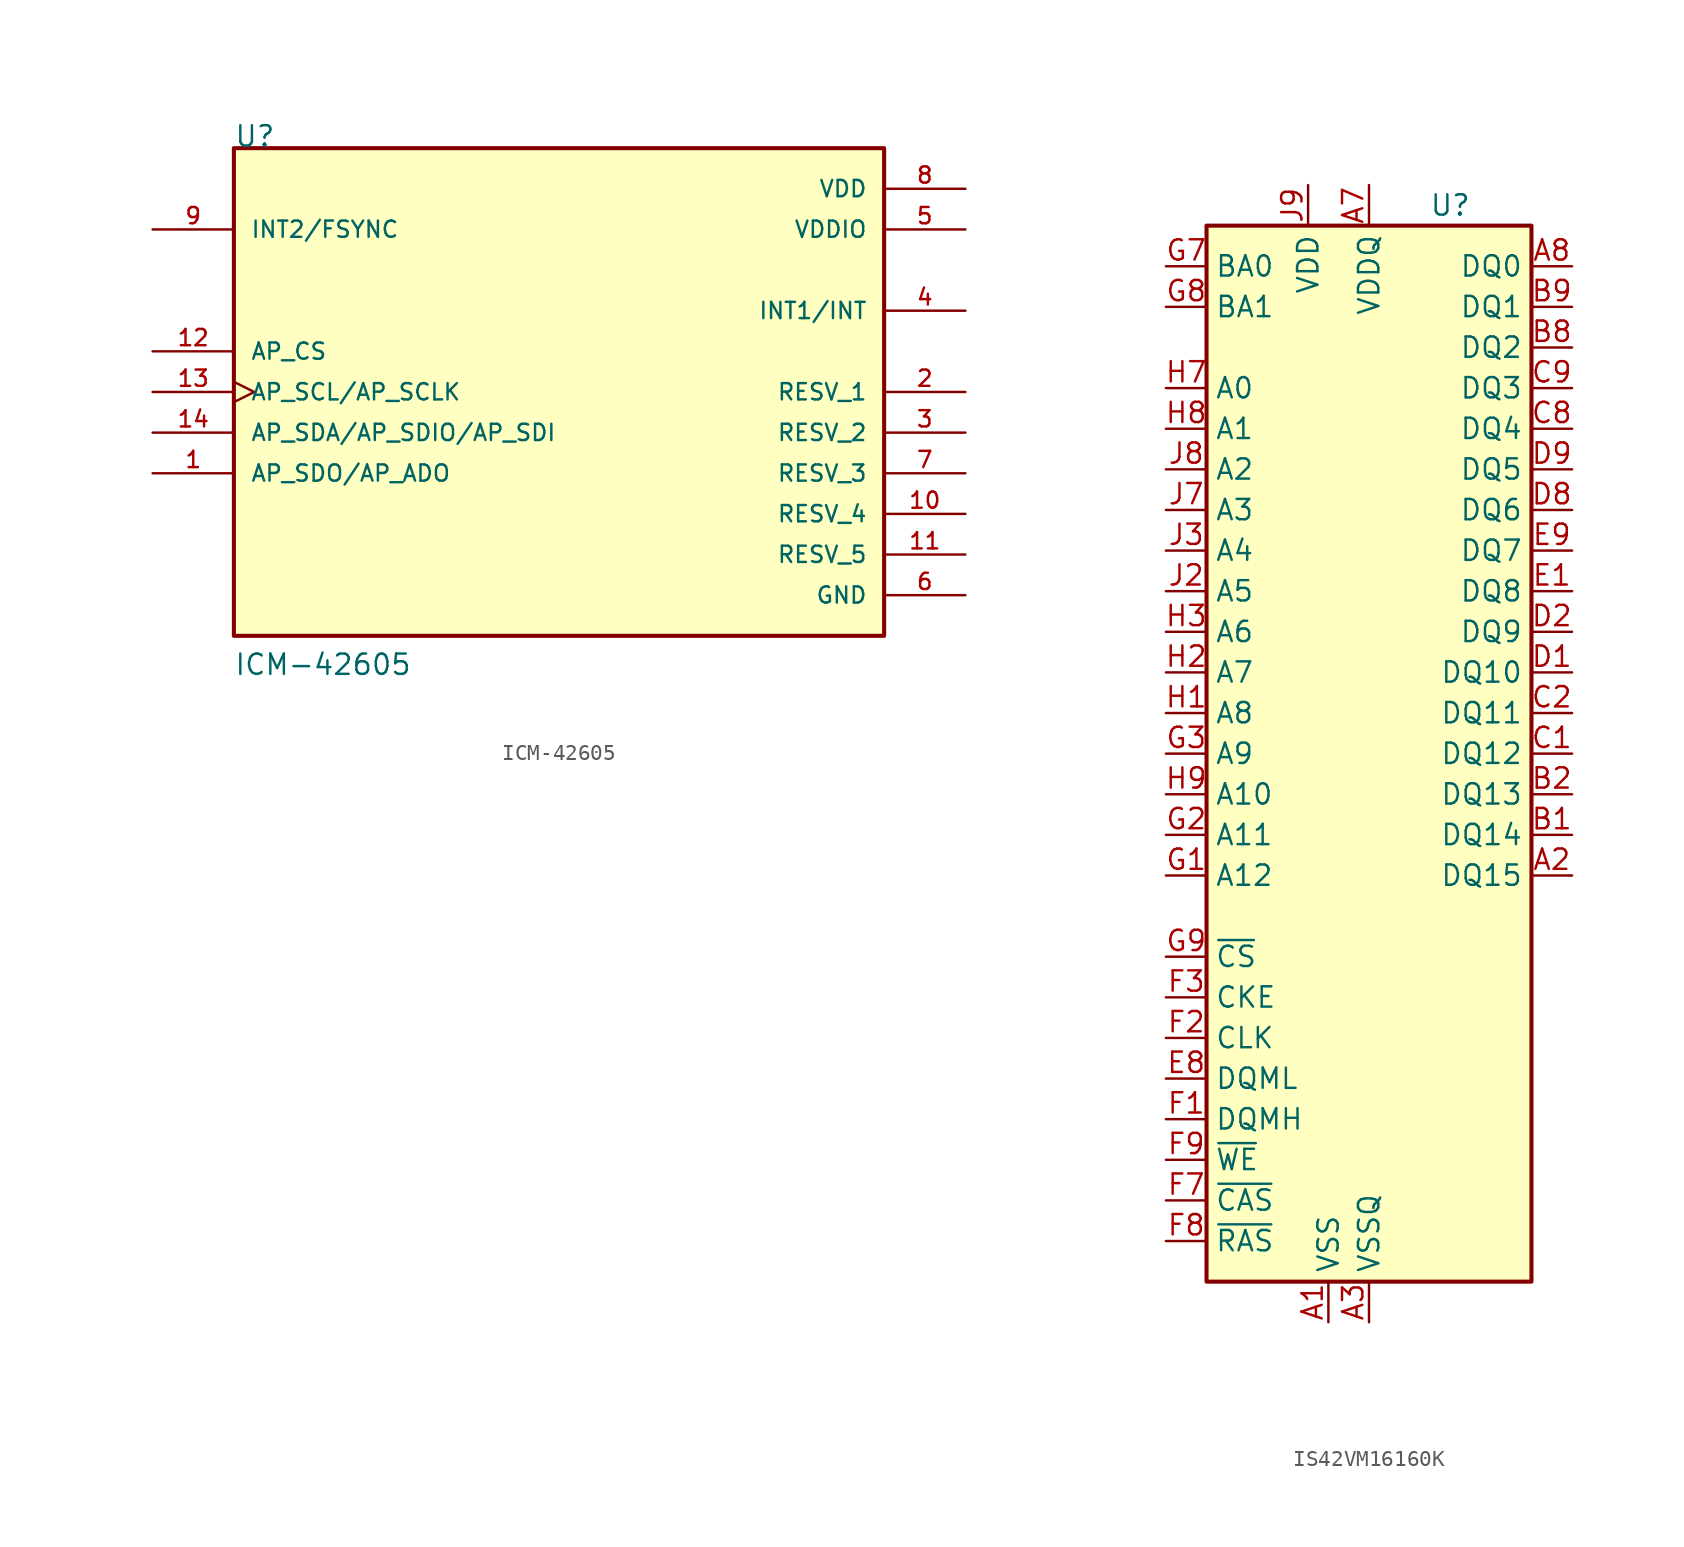
<source format=kicad_sym>
(kicad_symbol_lib
  (version 20220914)
  (generator kicad_symbol_editor)
  (symbol "ICM-42605"
    (pin_names
      (offset 1.016))
    (property "Reference" "U"
      (at -20.32 15.24 0)
      (effects (font (size 1.27 1.27)) (justify left bottom)))
    (property "Value" "ICM-42605"
      (at -20.32 -17.78 0)
      (effects (font (size 1.27 1.27)) (justify left bottom)))
    (symbol "ICM-42605_0_0"
      (rectangle (start -20.32 -15.24) (end 20.32 15.24) (stroke (width 0.254) (type default)) (fill (type background)))
      (pin output line (at -25.4 -5.08 0) (length 5.08) (name "AP_SDO/AP_ADO" (effects (font (size 1.016 1.016)))) (number "1" (effects (font (size 1.016 1.016)))))
      (pin bidirectional line (at 25.4 -7.62 180) (length 5.08) (name "RESV_4" (effects (font (size 1.016 1.016)))) (number "10" (effects (font (size 1.016 1.016)))))
      (pin bidirectional line (at 25.4 -10.16 180) (length 5.08) (name "RESV_5" (effects (font (size 1.016 1.016)))) (number "11" (effects (font (size 1.016 1.016)))))
      (pin input line (at -25.4 2.54 0) (length 5.08) (name "AP_CS" (effects (font (size 1.016 1.016)))) (number "12" (effects (font (size 1.016 1.016)))))
      (pin input clock (at -25.4 0 0) (length 5.08) (name "AP_SCL/AP_SCLK" (effects (font (size 1.016 1.016)))) (number "13" (effects (font (size 1.016 1.016)))))
      (pin bidirectional line (at -25.4 -2.54 0) (length 5.08) (name "AP_SDA/AP_SDIO/AP_SDI" (effects (font (size 1.016 1.016)))) (number "14" (effects (font (size 1.016 1.016)))))
      (pin bidirectional line (at 25.4 0 180) (length 5.08) (name "RESV_1" (effects (font (size 1.016 1.016)))) (number "2" (effects (font (size 1.016 1.016)))))
      (pin bidirectional line (at 25.4 -2.54 180) (length 5.08) (name "RESV_2" (effects (font (size 1.016 1.016)))) (number "3" (effects (font (size 1.016 1.016)))))
      (pin output line (at 25.4 5.08 180) (length 5.08) (name "INT1/INT" (effects (font (size 1.016 1.016)))) (number "4" (effects (font (size 1.016 1.016)))))
      (pin power_in line (at 25.4 10.16 180) (length 5.08) (name "VDDIO" (effects (font (size 1.016 1.016)))) (number "5" (effects (font (size 1.016 1.016)))))
      (pin power_in line (at 25.4 -12.7 180) (length 5.08) (name "GND" (effects (font (size 1.016 1.016)))) (number "6" (effects (font (size 1.016 1.016)))))
      (pin bidirectional line (at 25.4 -5.08 180) (length 5.08) (name "RESV_3" (effects (font (size 1.016 1.016)))) (number "7" (effects (font (size 1.016 1.016)))))
      (pin power_in line (at 25.4 12.7 180) (length 5.08) (name "VDD" (effects (font (size 1.016 1.016)))) (number "8" (effects (font (size 1.016 1.016)))))
      (pin bidirectional line (at -25.4 10.16 0) (length 5.08) (name "INT2/FSYNC" (effects (font (size 1.016 1.016)))) (number "9" (effects (font (size 1.016 1.016)))))))
  (symbol "IS42VM16160K"
    (property "Reference" "U"
      (at 15.24 1.27 0)
      (effects (font (size 1.27 1.27))))
    (property "Value" ""
      (at 0 0 0)
      (effects (font (size 1.27 1.27))))
    (symbol "IS42VM16160K_0_1"
      (rectangle (start 0 0) (end 20.32 -66.04) (stroke (width 0.254) (type default)) (fill (type background))))
    (symbol "IS42VM16160K_1_1"
      (pin power_in line (at 7.62 -68.58 90) (length 2.54) (name "VSS" (effects (font (size 1.27 1.27)))) (number "A1" (effects (font (size 1.27 1.27)))))
      (pin bidirectional line (at 22.86 -40.64 180) (length 2.54) (name "DQ15" (effects (font (size 1.27 1.27)))) (number "A2" (effects (font (size 1.27 1.27)))))
      (pin power_in line (at 10.16 -68.58 90) (length 2.54) (name "VSSQ" (effects (font (size 1.27 1.27)))) (number "A3" (effects (font (size 1.27 1.27)))))
      (pin power_in line (at 10.16 2.54 270) (length 2.54) (name "VDDQ" (effects (font (size 1.27 1.27)))) (number "A7" (effects (font (size 1.27 1.27)))))
      (pin bidirectional line (at 22.86 -2.54 180) (length 2.54) (name "DQ0" (effects (font (size 1.27 1.27)))) (number "A8" (effects (font (size 1.27 1.27)))))
      (pin passive line (at 6.35 2.54 270) (length 2.54) hide (name "VDD" (effects (font (size 1.27 1.27)))) (number "A9" (effects (font (size 1.27 1.27)))))
      (pin bidirectional line (at 22.86 -38.1 180) (length 2.54) (name "DQ14" (effects (font (size 1.27 1.27)))) (number "B1" (effects (font (size 1.27 1.27)))))
      (pin bidirectional line (at 22.86 -35.56 180) (length 2.54) (name "DQ13" (effects (font (size 1.27 1.27)))) (number "B2" (effects (font (size 1.27 1.27)))))
      (pin passive line (at 10.16 2.54 270) (length 2.54) hide (name "VDDQ" (effects (font (size 1.27 1.27)))) (number "B3" (effects (font (size 1.27 1.27)))))
      (pin passive line (at 10.16 -68.58 90) (length 2.54) hide (name "VSSQ" (effects (font (size 1.27 1.27)))) (number "B7" (effects (font (size 1.27 1.27)))))
      (pin bidirectional line (at 22.86 -7.62 180) (length 2.54) (name "DQ2" (effects (font (size 1.27 1.27)))) (number "B8" (effects (font (size 1.27 1.27)))))
      (pin bidirectional line (at 22.86 -5.08 180) (length 2.54) (name "DQ1" (effects (font (size 1.27 1.27)))) (number "B9" (effects (font (size 1.27 1.27)))))
      (pin bidirectional line (at 22.86 -33.02 180) (length 2.54) (name "DQ12" (effects (font (size 1.27 1.27)))) (number "C1" (effects (font (size 1.27 1.27)))))
      (pin bidirectional line (at 22.86 -30.48 180) (length 2.54) (name "DQ11" (effects (font (size 1.27 1.27)))) (number "C2" (effects (font (size 1.27 1.27)))))
      (pin passive line (at 10.16 -68.58 90) (length 2.54) hide (name "VSSQ" (effects (font (size 1.27 1.27)))) (number "C3" (effects (font (size 1.27 1.27)))))
      (pin passive line (at 10.16 2.54 270) (length 2.54) hide (name "VDDQ" (effects (font (size 1.27 1.27)))) (number "C7" (effects (font (size 1.27 1.27)))))
      (pin bidirectional line (at 22.86 -12.7 180) (length 2.54) (name "DQ4" (effects (font (size 1.27 1.27)))) (number "C8" (effects (font (size 1.27 1.27)))))
      (pin bidirectional line (at 22.86 -10.16 180) (length 2.54) (name "DQ3" (effects (font (size 1.27 1.27)))) (number "C9" (effects (font (size 1.27 1.27)))))
      (pin bidirectional line (at 22.86 -27.94 180) (length 2.54) (name "DQ10" (effects (font (size 1.27 1.27)))) (number "D1" (effects (font (size 1.27 1.27)))))
      (pin bidirectional line (at 22.86 -25.4 180) (length 2.54) (name "DQ9" (effects (font (size 1.27 1.27)))) (number "D2" (effects (font (size 1.27 1.27)))))
      (pin passive line (at 10.16 2.54 270) (length 2.54) hide (name "VDDQ" (effects (font (size 1.27 1.27)))) (number "D3" (effects (font (size 1.27 1.27)))))
      (pin passive line (at 10.16 -68.58 90) (length 2.54) hide (name "VSSQ" (effects (font (size 1.27 1.27)))) (number "D7" (effects (font (size 1.27 1.27)))))
      (pin bidirectional line (at 22.86 -17.78 180) (length 2.54) (name "DQ6" (effects (font (size 1.27 1.27)))) (number "D8" (effects (font (size 1.27 1.27)))))
      (pin bidirectional line (at 22.86 -15.24 180) (length 2.54) (name "DQ5" (effects (font (size 1.27 1.27)))) (number "D9" (effects (font (size 1.27 1.27)))))
      (pin bidirectional line (at 22.86 -22.86 180) (length 2.54) (name "DQ8" (effects (font (size 1.27 1.27)))) (number "E1" (effects (font (size 1.27 1.27)))))
      (pin no_connect line (at 20.32 -53.34 180) (length 2.54) hide (name "NC" (effects (font (size 1.27 1.27)))) (number "E2" (effects (font (size 1.27 1.27)))))
      (pin passive line (at 7.62 -68.58 90) (length 2.54) hide (name "VSS" (effects (font (size 1.27 1.27)))) (number "E3" (effects (font (size 1.27 1.27)))))
      (pin passive line (at 6.35 2.54 270) (length 2.54) hide (name "VDD" (effects (font (size 1.27 1.27)))) (number "E7" (effects (font (size 1.27 1.27)))))
      (pin input line (at -2.54 -53.34 0) (length 2.54) (name "DQML" (effects (font (size 1.27 1.27)))) (number "E8" (effects (font (size 1.27 1.27)))))
      (pin bidirectional line (at 22.86 -20.32 180) (length 2.54) (name "DQ7" (effects (font (size 1.27 1.27)))) (number "E9" (effects (font (size 1.27 1.27)))))
      (pin input line (at -2.54 -55.88 0) (length 2.54) (name "DQMH" (effects (font (size 1.27 1.27)))) (number "F1" (effects (font (size 1.27 1.27)))))
      (pin input line (at -2.54 -50.8 0) (length 2.54) (name "CLK" (effects (font (size 1.27 1.27)))) (number "F2" (effects (font (size 1.27 1.27)))))
      (pin input line (at -2.54 -48.26 0) (length 2.54) (name "CKE" (effects (font (size 1.27 1.27)))) (number "F3" (effects (font (size 1.27 1.27)))))
      (pin input line (at -2.54 -60.96 0) (length 2.54) (name "~{CAS}" (effects (font (size 1.27 1.27)))) (number "F7" (effects (font (size 1.27 1.27)))))
      (pin input line (at -2.54 -63.5 0) (length 2.54) (name "~{RAS}" (effects (font (size 1.27 1.27)))) (number "F8" (effects (font (size 1.27 1.27)))))
      (pin input line (at -2.54 -58.42 0) (length 2.54) (name "~{WE}" (effects (font (size 1.27 1.27)))) (number "F9" (effects (font (size 1.27 1.27)))))
      (pin input line (at -2.54 -40.64 0) (length 2.54) (name "A12" (effects (font (size 1.27 1.27)))) (number "G1" (effects (font (size 1.27 1.27)))))
      (pin input line (at -2.54 -38.1 0) (length 2.54) (name "A11" (effects (font (size 1.27 1.27)))) (number "G2" (effects (font (size 1.27 1.27)))))
      (pin input line (at -2.54 -33.02 0) (length 2.54) (name "A9" (effects (font (size 1.27 1.27)))) (number "G3" (effects (font (size 1.27 1.27)))))
      (pin input line (at -2.54 -2.54 0) (length 2.54) (name "BA0" (effects (font (size 1.27 1.27)))) (number "G7" (effects (font (size 1.27 1.27)))))
      (pin input line (at -2.54 -5.08 0) (length 2.54) (name "BA1" (effects (font (size 1.27 1.27)))) (number "G8" (effects (font (size 1.27 1.27)))))
      (pin input line (at -2.54 -45.72 0) (length 2.54) (name "~{CS}" (effects (font (size 1.27 1.27)))) (number "G9" (effects (font (size 1.27 1.27)))))
      (pin input line (at -2.54 -30.48 0) (length 2.54) (name "A8" (effects (font (size 1.27 1.27)))) (number "H1" (effects (font (size 1.27 1.27)))))
      (pin input line (at -2.54 -27.94 0) (length 2.54) (name "A7" (effects (font (size 1.27 1.27)))) (number "H2" (effects (font (size 1.27 1.27)))))
      (pin input line (at -2.54 -25.4 0) (length 2.54) (name "A6" (effects (font (size 1.27 1.27)))) (number "H3" (effects (font (size 1.27 1.27)))))
      (pin input line (at -2.54 -10.16 0) (length 2.54) (name "A0" (effects (font (size 1.27 1.27)))) (number "H7" (effects (font (size 1.27 1.27)))))
      (pin input line (at -2.54 -12.7 0) (length 2.54) (name "A1" (effects (font (size 1.27 1.27)))) (number "H8" (effects (font (size 1.27 1.27)))))
      (pin input line (at -2.54 -35.56 0) (length 2.54) (name "A10" (effects (font (size 1.27 1.27)))) (number "H9" (effects (font (size 1.27 1.27)))))
      (pin passive line (at 7.62 -68.58 90) (length 2.54) hide (name "VSS" (effects (font (size 1.27 1.27)))) (number "J1" (effects (font (size 1.27 1.27)))))
      (pin input line (at -2.54 -22.86 0) (length 2.54) (name "A5" (effects (font (size 1.27 1.27)))) (number "J2" (effects (font (size 1.27 1.27)))))
      (pin input line (at -2.54 -20.32 0) (length 2.54) (name "A4" (effects (font (size 1.27 1.27)))) (number "J3" (effects (font (size 1.27 1.27)))))
      (pin input line (at -2.54 -17.78 0) (length 2.54) (name "A3" (effects (font (size 1.27 1.27)))) (number "J7" (effects (font (size 1.27 1.27)))))
      (pin input line (at -2.54 -15.24 0) (length 2.54) (name "A2" (effects (font (size 1.27 1.27)))) (number "J8" (effects (font (size 1.27 1.27)))))
      (pin power_in line (at 6.35 2.54 270) (length 2.54) (name "VDD" (effects (font (size 1.27 1.27)))) (number "J9" (effects (font (size 1.27 1.27))))))))
</source>
